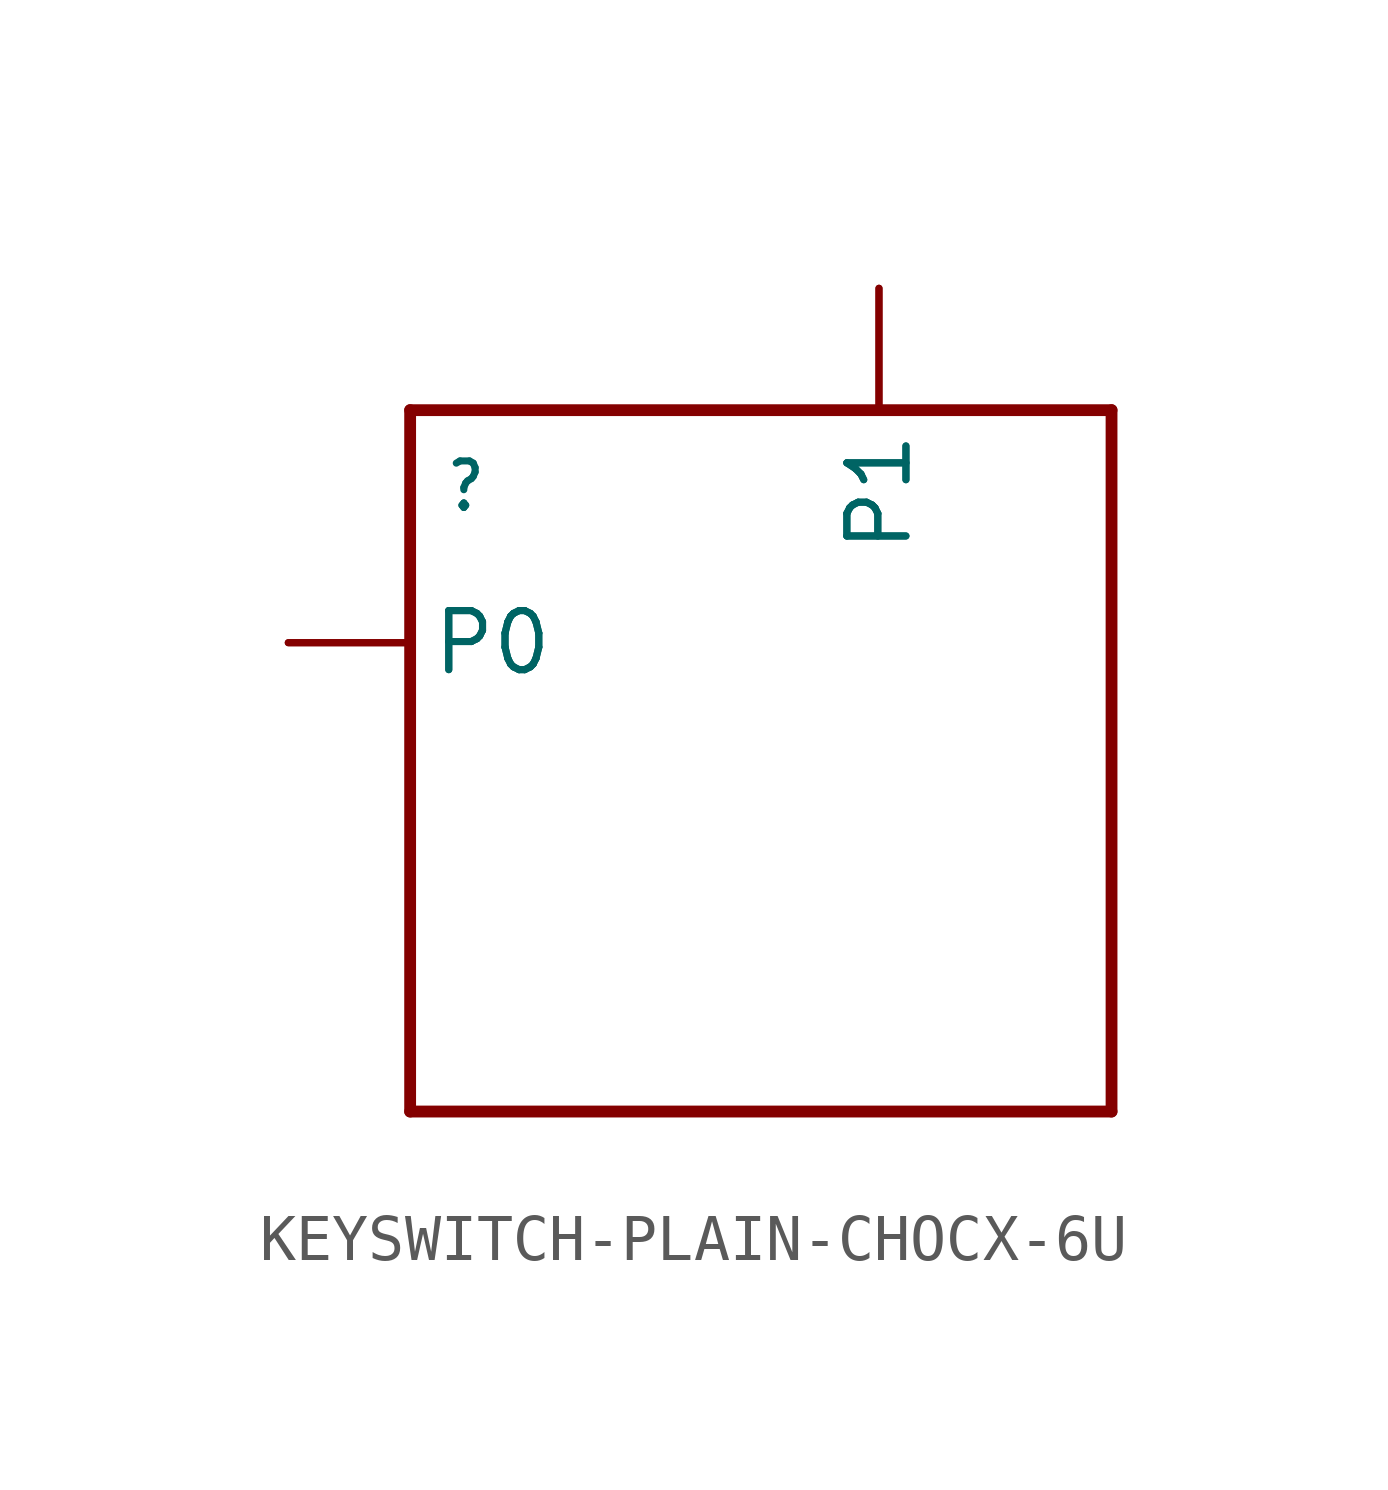
<source format=kicad_sym>
(kicad_symbol_lib
  (version 20211014)
  (generator kicad_symbol_editor)
  (symbol "KEYSWITCH-PLAIN-CHOCX-6U"
    (property "Reference" ""
      (at -6.81 5.318 0)
      (effects (font (size 1 0.85)) (justify left bottom)))
    (property "ki_locked" ""
      (at 0 0 0)
      (effects (font (size 1.27 1.27))))
    (symbol "KEYSWITCH-PLAIN-CHOCX-6U_1_0"
      (polyline (pts (xy -7.54 -7.54) (xy -7.54 7.54)) (stroke (width 0.254) (type default) (color 0 0 0 0)) (fill (type none)))
      (polyline (pts (xy -7.54 7.54) (xy 7.54 7.54)) (stroke (width 0.254) (type default) (color 0 0 0 0)) (fill (type none)))
      (polyline (pts (xy 7.54 -7.54) (xy -7.54 -7.54)) (stroke (width 0.254) (type default) (color 0 0 0 0)) (fill (type none)))
      (polyline (pts (xy 7.54 7.54) (xy 7.54 -7.54)) (stroke (width 0.254) (type default) (color 0 0 0 0)) (fill (type none)))
      (pin bidirectional line (at -10.16 2.54 0) (length 2.54) (name "P0" (effects (font (size 1.27 1.27)))) (number "CHOC1" (effects (font (size 0 0)))))
      (pin bidirectional line (at 2.54 10.16 270) (length 2.54) (name "P1" (effects (font (size 1.27 1.27)))) (number "CHOC2" (effects (font (size 0 0)))))
      (pin bidirectional line (at -10.16 2.54 0) (length 2.54) (name "P0" (effects (font (size 1.27 1.27)))) (number "X1" (effects (font (size 0 0)))))
      (pin bidirectional line (at 2.54 10.16 270) (length 2.54) (name "P1" (effects (font (size 1.27 1.27)))) (number "X2" (effects (font (size 0 0))))))))
</source>
